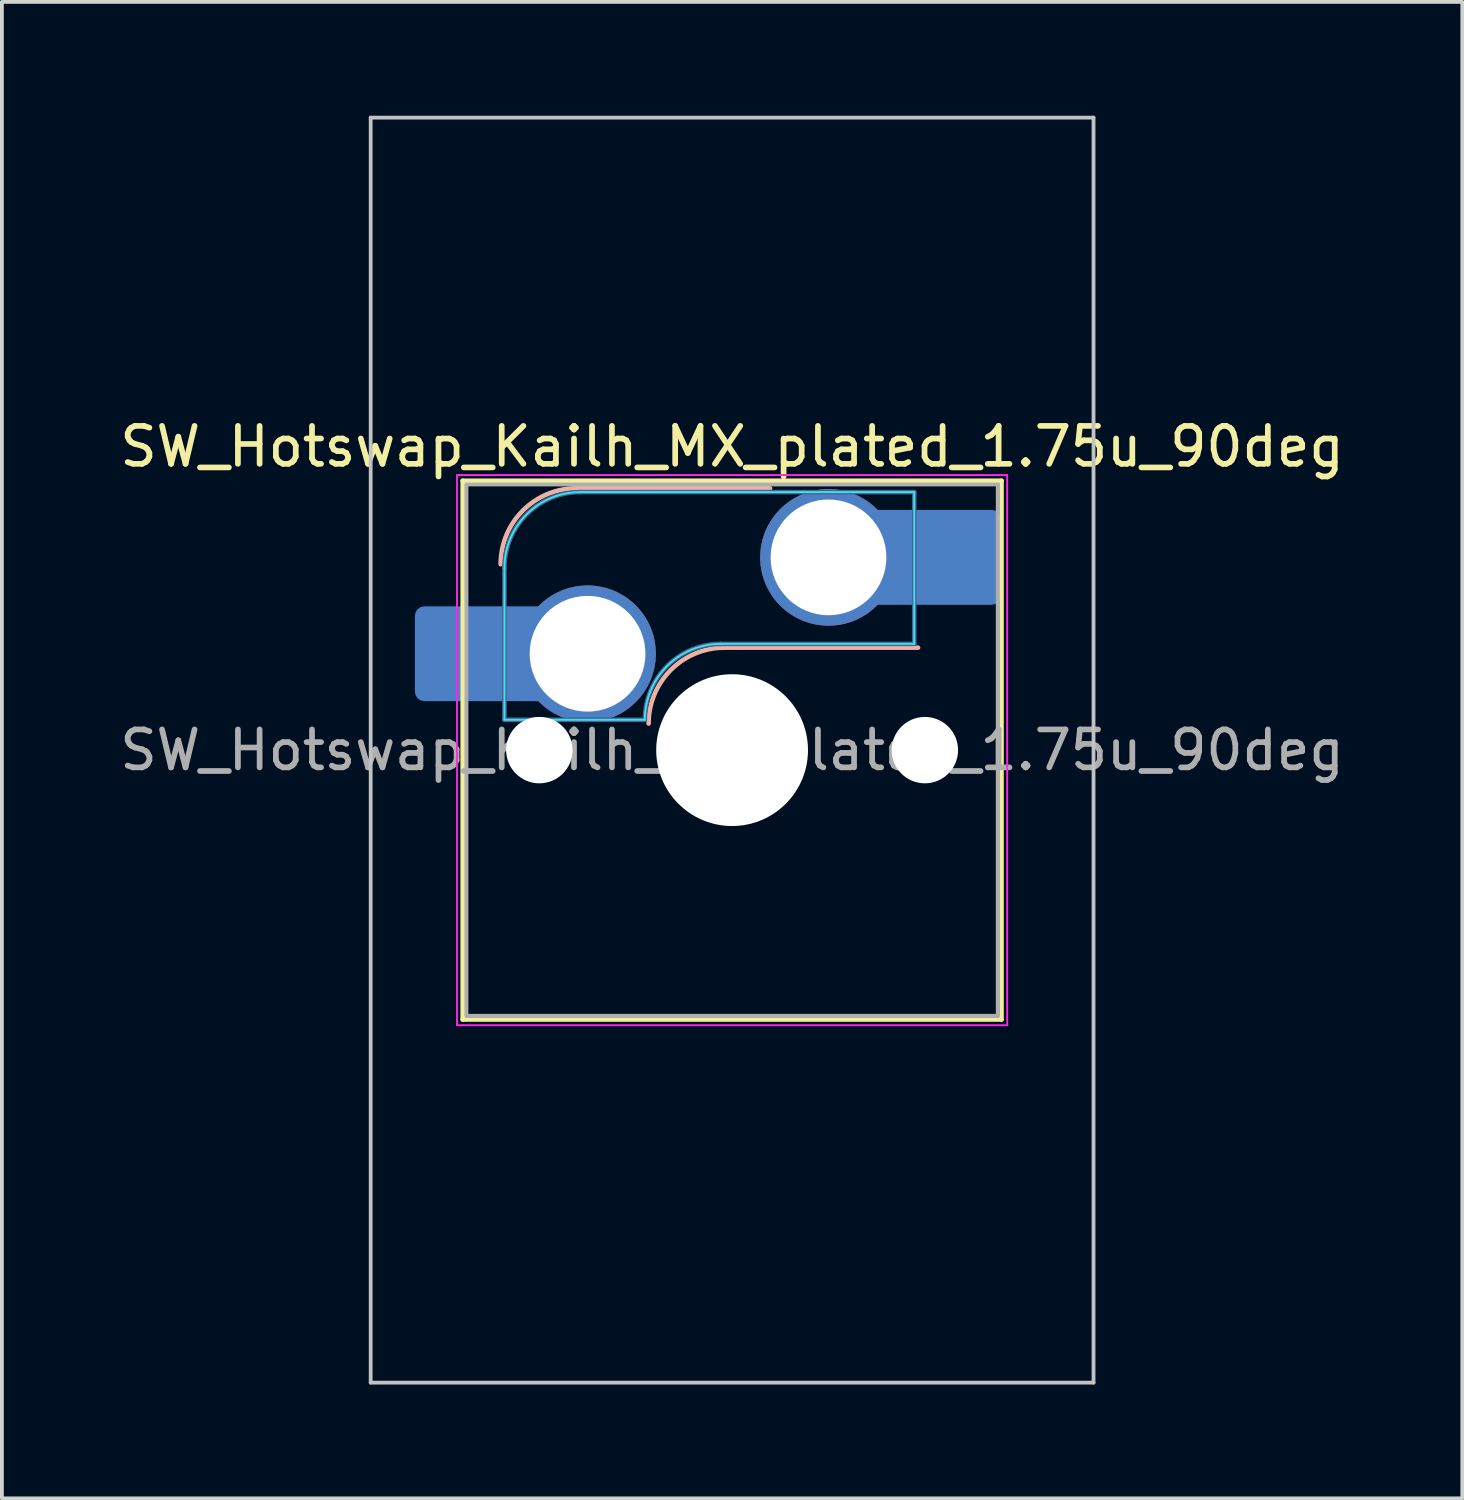
<source format=kicad_pcb>
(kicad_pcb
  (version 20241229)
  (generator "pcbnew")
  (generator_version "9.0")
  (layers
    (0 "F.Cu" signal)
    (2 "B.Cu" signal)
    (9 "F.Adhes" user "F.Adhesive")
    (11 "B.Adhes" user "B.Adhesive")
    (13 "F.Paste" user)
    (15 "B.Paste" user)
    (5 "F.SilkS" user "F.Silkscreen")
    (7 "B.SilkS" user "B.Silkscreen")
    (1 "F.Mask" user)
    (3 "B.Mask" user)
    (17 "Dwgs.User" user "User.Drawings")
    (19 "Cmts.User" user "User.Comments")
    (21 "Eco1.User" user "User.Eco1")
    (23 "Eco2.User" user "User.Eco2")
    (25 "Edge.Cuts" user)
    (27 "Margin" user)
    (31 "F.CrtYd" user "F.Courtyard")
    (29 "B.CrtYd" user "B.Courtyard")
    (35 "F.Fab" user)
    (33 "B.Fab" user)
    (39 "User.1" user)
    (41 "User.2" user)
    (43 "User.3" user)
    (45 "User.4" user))
  (footprint "SW_Hotswap_Kailh_MX_plated_1.75u_90deg"
    (layer "F.Cu")
    (at 16.244 16.719)
    (property "Reference" "SW_Hotswap_Kailh_MX_plated_1.75u_90deg" (at 0 -8 0) (layer "F.SilkS") (effects (font (size 1 1) (thickness 0.15))))
    (attr smd)
    (fp_line (start -7.1 -7.1) (end -7.1 7.1) (stroke (width 0.12) (type solid)) (layer "F.SilkS"))
    (fp_line (start -7.1 7.1) (end 7.1 7.1) (stroke (width 0.12) (type solid)) (layer "F.SilkS"))
    (fp_line (start 7.1 -7.1) (end -7.1 -7.1) (stroke (width 0.12) (type solid)) (layer "F.SilkS"))
    (fp_line (start 7.1 7.1) (end 7.1 -7.1) (stroke (width 0.12) (type solid)) (layer "F.SilkS"))
    (fp_line (start -4.1 -6.9) (end 1 -6.9) (stroke (width 0.12) (type solid)) (layer "B.SilkS"))
    (fp_line (start -0.2 -2.7) (end 4.9 -2.7) (stroke (width 0.12) (type solid)) (layer "B.SilkS"))
    (fp_arc (start -6.1 -4.9) (mid -5.514214 -6.314214) (end -4.1 -6.9) (stroke (width 0.12) (type solid)) (layer "B.SilkS"))
    (fp_arc (start -2.2 -0.7) (mid -1.614214 -2.114214) (end -0.2 -2.7) (stroke (width 0.12) (type solid)) (layer "B.SilkS"))
    (fp_line (start -9.525 -16.669) (end 9.525 -16.669) (stroke (width 0.1) (type solid)) (layer "Dwgs.User"))
    (fp_line (start -9.525 16.669) (end -9.525 -16.669) (stroke (width 0.1) (type solid)) (layer "Dwgs.User"))
    (fp_line (start 9.525 -16.669) (end 9.525 16.669) (stroke (width 0.1) (type solid)) (layer "Dwgs.User"))
    (fp_line (start 9.525 16.669) (end -9.525 16.669) (stroke (width 0.1) (type solid)) (layer "Dwgs.User"))
    (fp_line (start -7.8 -6) (end -7 -6) (stroke (width 0.1) (type solid)) (layer "Eco1.User"))
    (fp_line (start -7.8 -2.9) (end -7.8 -6) (stroke (width 0.1) (type solid)) (layer "Eco1.User"))
    (fp_line (start -7.8 2.9) (end -7 2.9) (stroke (width 0.1) (type solid)) (layer "Eco1.User"))
    (fp_line (start -7.8 6) (end -7.8 2.9) (stroke (width 0.1) (type solid)) (layer "Eco1.User"))
    (fp_line (start -7 -7) (end 7 -7) (stroke (width 0.1) (type solid)) (layer "Eco1.User"))
    (fp_line (start -7 -6) (end -7 -7) (stroke (width 0.1) (type solid)) (layer "Eco1.User"))
    (fp_line (start -7 -2.9) (end -7.8 -2.9) (stroke (width 0.1) (type solid)) (layer "Eco1.User"))
    (fp_line (start -7 2.9) (end -7 -2.9) (stroke (width 0.1) (type solid)) (layer "Eco1.User"))
    (fp_line (start -7 6) (end -7.8 6) (stroke (width 0.1) (type solid)) (layer "Eco1.User"))
    (fp_line (start -7 7) (end -7 6) (stroke (width 0.1) (type solid)) (layer "Eco1.User"))
    (fp_line (start 7 -7) (end 7 -6) (stroke (width 0.1) (type solid)) (layer "Eco1.User"))
    (fp_line (start 7 -6) (end 7.8 -6) (stroke (width 0.1) (type solid)) (layer "Eco1.User"))
    (fp_line (start 7 -2.9) (end 7 2.9) (stroke (width 0.1) (type solid)) (layer "Eco1.User"))
    (fp_line (start 7 2.9) (end 7.8 2.9) (stroke (width 0.1) (type solid)) (layer "Eco1.User"))
    (fp_line (start 7 6) (end 7 7) (stroke (width 0.1) (type solid)) (layer "Eco1.User"))
    (fp_line (start 7 7) (end -7 7) (stroke (width 0.1) (type solid)) (layer "Eco1.User"))
    (fp_line (start 7.8 -6) (end 7.8 -2.9) (stroke (width 0.1) (type solid)) (layer "Eco1.User"))
    (fp_line (start 7.8 -2.9) (end 7 -2.9) (stroke (width 0.1) (type solid)) (layer "Eco1.User"))
    (fp_line (start 7.8 2.9) (end 7.8 6) (stroke (width 0.1) (type solid)) (layer "Eco1.User"))
    (fp_line (start 7.8 6) (end 7 6) (stroke (width 0.1) (type solid)) (layer "Eco1.User"))
    (fp_line (start -6 -0.8) (end -6 -4.8) (stroke (width 0.05) (type solid)) (layer "B.CrtYd"))
    (fp_line (start -6 -0.8) (end -2.3 -0.8) (stroke (width 0.05) (type solid)) (layer "B.CrtYd"))
    (fp_line (start -4 -6.8) (end 4.8 -6.8) (stroke (width 0.05) (type solid)) (layer "B.CrtYd"))
    (fp_line (start -0.3 -2.8) (end 4.8 -2.8) (stroke (width 0.05) (type solid)) (layer "B.CrtYd"))
    (fp_line (start 4.8 -6.8) (end 4.8 -2.8) (stroke (width 0.05) (type solid)) (layer "B.CrtYd"))
    (fp_arc (start -6 -4.8) (mid -5.414214 -6.214214) (end -4 -6.8) (stroke (width 0.05) (type solid)) (layer "B.CrtYd"))
    (fp_arc (start -2.3 -0.8) (mid -1.714214 -2.214214) (end -0.3 -2.8) (stroke (width 0.05) (type solid)) (layer "B.CrtYd"))
    (fp_line (start -7.25 -7.25) (end -7.25 7.25) (stroke (width 0.05) (type solid)) (layer "F.CrtYd"))
    (fp_line (start -7.25 7.25) (end 7.25 7.25) (stroke (width 0.05) (type solid)) (layer "F.CrtYd"))
    (fp_line (start 7.25 -7.25) (end -7.25 -7.25) (stroke (width 0.05) (type solid)) (layer "F.CrtYd"))
    (fp_line (start 7.25 7.25) (end 7.25 -7.25) (stroke (width 0.05) (type solid)) (layer "F.CrtYd"))
    (fp_line (start -6 -0.8) (end -6 -4.8) (stroke (width 0.12) (type solid)) (layer "B.Fab"))
    (fp_line (start -6 -0.8) (end -2.3 -0.8) (stroke (width 0.12) (type solid)) (layer "B.Fab"))
    (fp_line (start -4 -6.8) (end 4.8 -6.8) (stroke (width 0.12) (type solid)) (layer "B.Fab"))
    (fp_line (start -0.3 -2.8) (end 4.8 -2.8) (stroke (width 0.12) (type solid)) (layer "B.Fab"))
    (fp_line (start 4.8 -6.8) (end 4.8 -2.8) (stroke (width 0.12) (type solid)) (layer "B.Fab"))
    (fp_arc (start -6 -4.8) (mid -5.414214 -6.214214) (end -4 -6.8) (stroke (width 0.12) (type solid)) (layer "B.Fab"))
    (fp_arc (start -2.3 -0.8) (mid -1.714214 -2.214214) (end -0.3 -2.8) (stroke (width 0.12) (type solid)) (layer "B.Fab"))
    (fp_line (start -7 -7) (end -7 7) (stroke (width 0.1) (type solid)) (layer "F.Fab"))
    (fp_line (start -7 7) (end 7 7) (stroke (width 0.1) (type solid)) (layer "F.Fab"))
    (fp_line (start 7 -7) (end -7 -7) (stroke (width 0.1) (type solid)) (layer "F.Fab"))
    (fp_line (start 7 7) (end 7 -7) (stroke (width 0.1) (type solid)) (layer "F.Fab"))
    (fp_text user "${REFERENCE}" (at 0 0 0) (layer "F.Fab") (effects (font (size 1 1) (thickness 0.15))))
    (pad "" smd roundrect (at -7.085 -2.54) (size 2.55 2.5) (layers "B.Mask" "B.Paste") (roundrect_rratio 0.1))
    (pad "" np_thru_hole circle (at -5.08 0) (size 1.75 1.75) (drill 1.75) (layers "*.Cu" "*.Mask"))
    (pad "" smd circle (at -3.81 -2.54) (size 3.1 3.1) (layers "F.Mask"))
    (pad "" np_thru_hole circle (at 0 0) (size 4 4) (drill 4) (layers "*.Cu" "*.Mask"))
    (pad "" smd circle (at 2.54 -5.08) (size 3.1 3.1) (layers "F.Mask"))
    (pad "" np_thru_hole circle (at 5.08 0) (size 1.75 1.75) (drill 1.75) (layers "*.Cu" "*.Mask"))
    (pad "" smd roundrect (at 5.842 -5.08) (size 2.55 2.5) (layers "B.Mask" "B.Paste") (roundrect_rratio 0.1))
    (pad "1" smd roundrect (at -6.585 -2.54) (size 3.55 2.5) (layers "B.Cu") (roundrect_rratio 0.1))
    (pad "1" thru_hole circle (at -3.81 -2.54) (size 3.6 3.6) (drill 3.05) (layers "*.Cu" "B.Mask"))
    (pad "2" thru_hole circle (at 2.54 -5.08) (size 3.6 3.6) (drill 3.05) (layers "*.Cu" "B.Mask"))
    (pad "2" smd roundrect (at 5.32 -5.08) (size 3.55 2.5) (layers "B.Cu") (roundrect_rratio 0.1)))
  (gr_rect
    (start -3 -3)
    (end 35.488 36.438)
    (stroke (width 0.1) (type default))
    (fill no)
    (layer "Edge.Cuts")))
</source>
